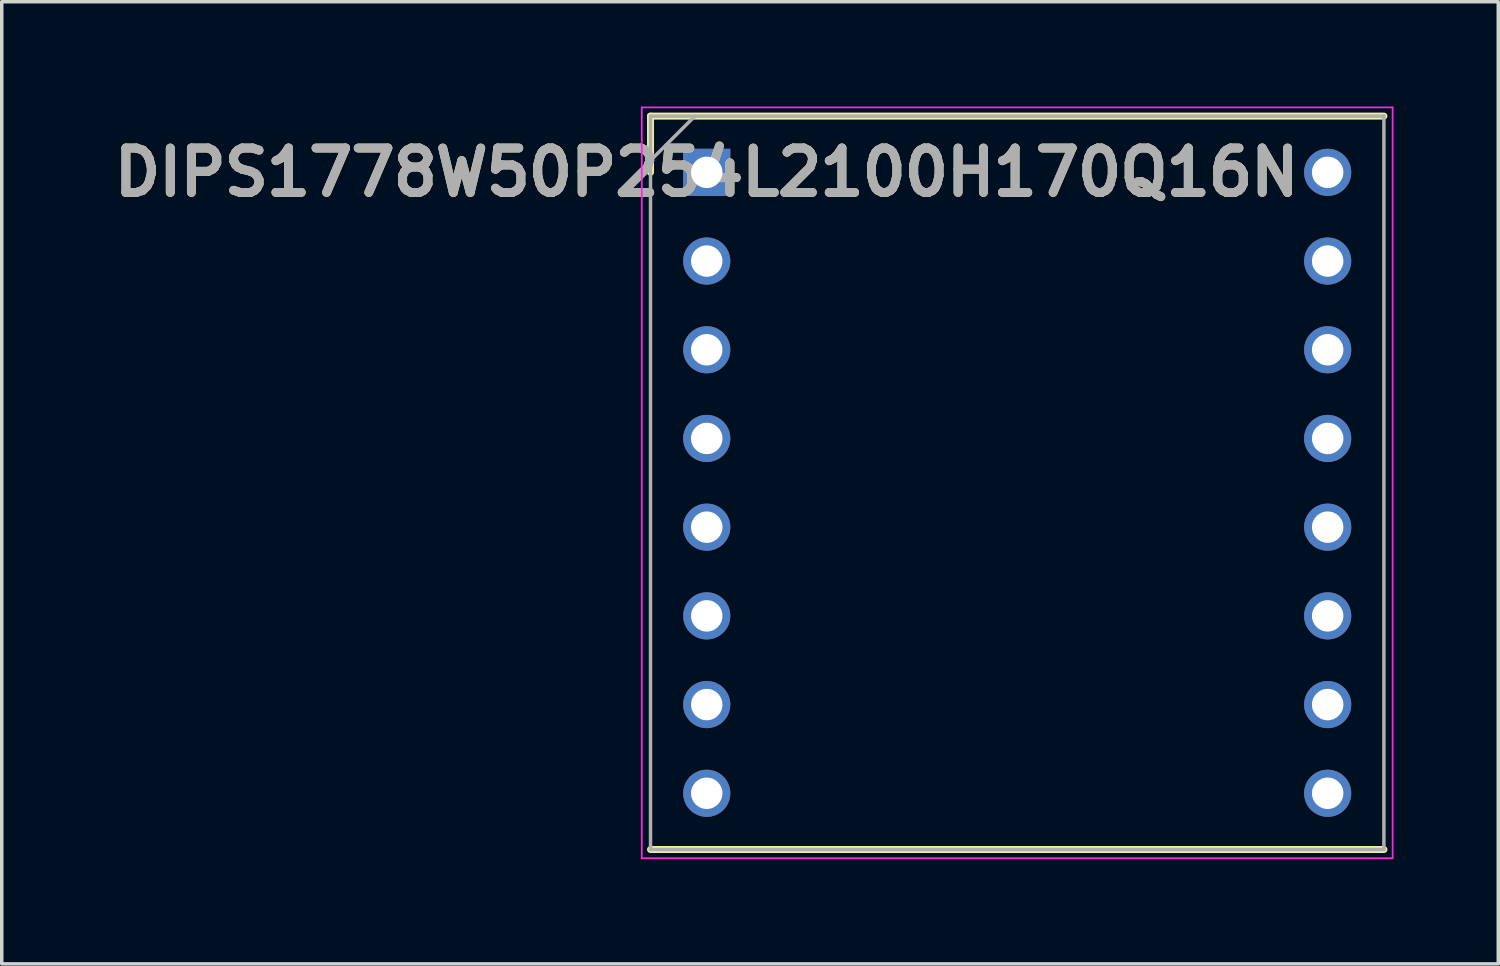
<source format=kicad_pcb>
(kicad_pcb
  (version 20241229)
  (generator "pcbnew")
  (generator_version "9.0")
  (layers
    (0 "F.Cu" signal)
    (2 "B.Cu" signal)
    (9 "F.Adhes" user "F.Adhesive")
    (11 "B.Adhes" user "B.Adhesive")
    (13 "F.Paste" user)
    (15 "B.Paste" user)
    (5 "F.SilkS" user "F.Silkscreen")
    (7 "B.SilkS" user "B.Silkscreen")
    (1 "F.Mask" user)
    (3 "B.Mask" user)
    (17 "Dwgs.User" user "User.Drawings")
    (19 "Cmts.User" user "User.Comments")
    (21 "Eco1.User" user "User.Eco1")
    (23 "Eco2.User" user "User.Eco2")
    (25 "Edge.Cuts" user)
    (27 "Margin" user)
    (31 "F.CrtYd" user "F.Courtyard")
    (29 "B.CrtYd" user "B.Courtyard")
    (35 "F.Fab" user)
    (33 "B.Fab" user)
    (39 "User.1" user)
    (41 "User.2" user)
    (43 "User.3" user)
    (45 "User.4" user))
  (footprint "DIPS1778W50P254L2100H170Q16N"
    (layer "F.Cu")
    (at 17.187 1.885)
    (property "Reference" "DIPS1778W50P254L2100H170Q16N" (at 0 0 0) (layer "F.SilkS") (effects (font (size 1.27 1.27) (thickness 0.254))))
    (attr through_hole)
    (fp_line (start -1.61 -1.61) (end -1.61 0) (stroke (width 0.2) (type solid)) (layer "F.SilkS"))
    (fp_line (start -1.61 19.39) (end 19.39 19.39) (stroke (width 0.2) (type solid)) (layer "F.SilkS"))
    (fp_line (start 19.39 -1.61) (end -1.61 -1.61) (stroke (width 0.2) (type solid)) (layer "F.SilkS"))
    (fp_line (start -1.86 -1.86) (end 19.64 -1.86) (stroke (width 0.05) (type solid)) (layer "F.CrtYd"))
    (fp_line (start -1.86 19.64) (end -1.86 -1.86) (stroke (width 0.05) (type solid)) (layer "F.CrtYd"))
    (fp_line (start 19.64 -1.86) (end 19.64 19.64) (stroke (width 0.05) (type solid)) (layer "F.CrtYd"))
    (fp_line (start 19.64 19.64) (end -1.86 19.64) (stroke (width 0.05) (type solid)) (layer "F.CrtYd"))
    (fp_line (start -1.61 -1.61) (end 19.39 -1.61) (stroke (width 0.1) (type solid)) (layer "F.Fab"))
    (fp_line (start -1.61 -0.34) (end -0.34 -1.61) (stroke (width 0.1) (type solid)) (layer "F.Fab"))
    (fp_line (start -1.61 19.39) (end -1.61 -1.61) (stroke (width 0.1) (type solid)) (layer "F.Fab"))
    (fp_line (start 19.39 -1.61) (end 19.39 19.39) (stroke (width 0.1) (type solid)) (layer "F.Fab"))
    (fp_line (start 19.39 19.39) (end -1.61 19.39) (stroke (width 0.1) (type solid)) (layer "F.Fab"))
    (fp_text user "${REFERENCE}" (at 0 0 0) (layer "F.Fab") (effects (font (size 1.27 1.27) (thickness 0.254))))
    (pad "1" thru_hole rect (at 0 0) (size 1.35 1.35) (drill 0.9) (layers "*.Cu" "*.Mask"))
    (pad "2" thru_hole circle (at 0 2.54) (size 1.35 1.35) (drill 0.9) (layers "*.Cu" "*.Mask"))
    (pad "3" thru_hole circle (at 0 5.08) (size 1.35 1.35) (drill 0.9) (layers "*.Cu" "*.Mask"))
    (pad "4" thru_hole circle (at 0 7.62) (size 1.35 1.35) (drill 0.9) (layers "*.Cu" "*.Mask"))
    (pad "5" thru_hole circle (at 0 10.16) (size 1.35 1.35) (drill 0.9) (layers "*.Cu" "*.Mask"))
    (pad "6" thru_hole circle (at 0 12.7) (size 1.35 1.35) (drill 0.9) (layers "*.Cu" "*.Mask"))
    (pad "7" thru_hole circle (at 0 15.24) (size 1.35 1.35) (drill 0.9) (layers "*.Cu" "*.Mask"))
    (pad "8" thru_hole circle (at 0 17.78) (size 1.35 1.35) (drill 0.9) (layers "*.Cu" "*.Mask"))
    (pad "9" thru_hole circle (at 17.78 17.78) (size 1.35 1.35) (drill 0.9) (layers "*.Cu" "*.Mask"))
    (pad "10" thru_hole circle (at 17.78 15.24) (size 1.35 1.35) (drill 0.9) (layers "*.Cu" "*.Mask"))
    (pad "11" thru_hole circle (at 17.78 12.7) (size 1.35 1.35) (drill 0.9) (layers "*.Cu" "*.Mask"))
    (pad "12" thru_hole circle (at 17.78 10.16) (size 1.35 1.35) (drill 0.9) (layers "*.Cu" "*.Mask"))
    (pad "13" thru_hole circle (at 17.78 7.62) (size 1.35 1.35) (drill 0.9) (layers "*.Cu" "*.Mask"))
    (pad "14" thru_hole circle (at 17.78 5.08) (size 1.35 1.35) (drill 0.9) (layers "*.Cu" "*.Mask"))
    (pad "15" thru_hole circle (at 17.78 2.54) (size 1.35 1.35) (drill 0.9) (layers "*.Cu" "*.Mask"))
    (pad "16" thru_hole circle (at 17.78 0) (size 1.35 1.35) (drill 0.9) (layers "*.Cu" "*.Mask")))
  (gr_rect
    (start -3 -3)
    (end 39.852 24.55)
    (stroke (width 0.1) (type default))
    (fill no)
    (layer "Edge.Cuts")))
</source>
